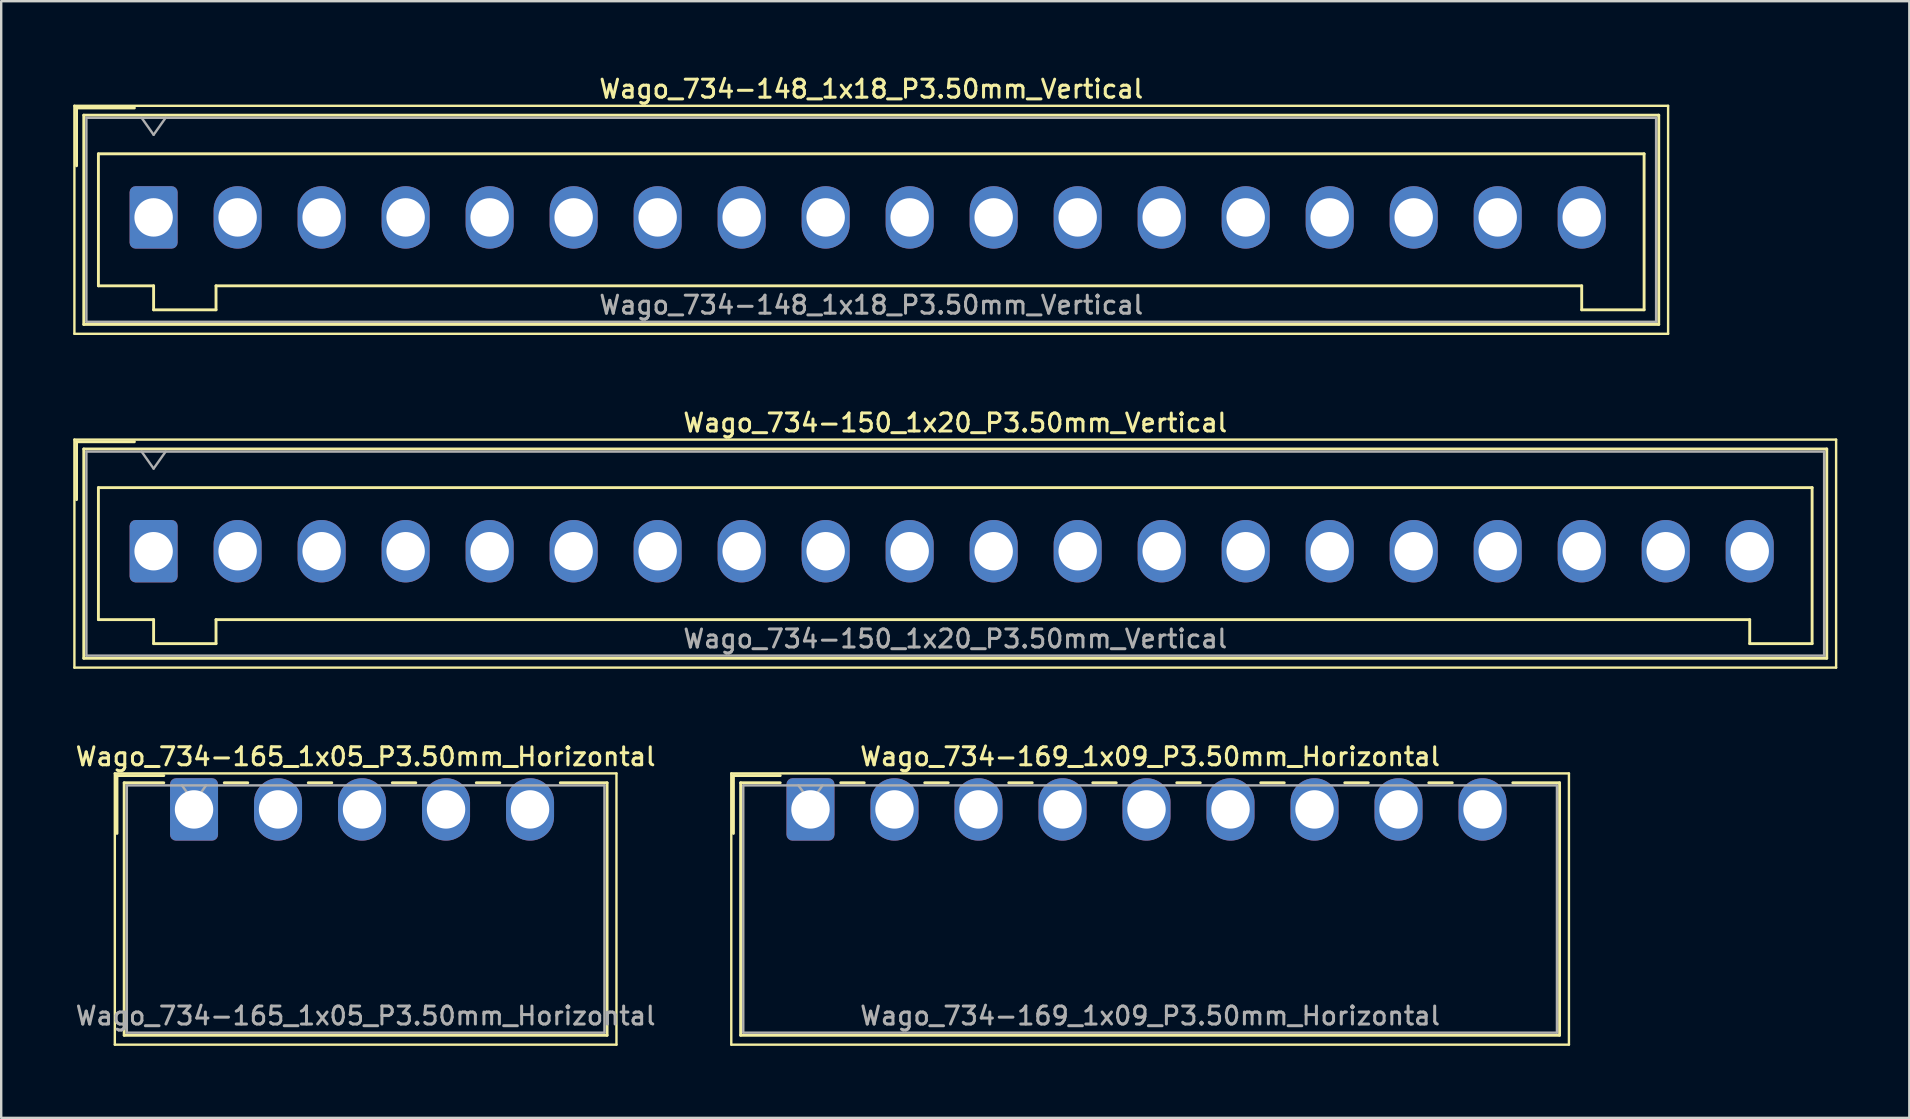
<source format=kicad_pcb>
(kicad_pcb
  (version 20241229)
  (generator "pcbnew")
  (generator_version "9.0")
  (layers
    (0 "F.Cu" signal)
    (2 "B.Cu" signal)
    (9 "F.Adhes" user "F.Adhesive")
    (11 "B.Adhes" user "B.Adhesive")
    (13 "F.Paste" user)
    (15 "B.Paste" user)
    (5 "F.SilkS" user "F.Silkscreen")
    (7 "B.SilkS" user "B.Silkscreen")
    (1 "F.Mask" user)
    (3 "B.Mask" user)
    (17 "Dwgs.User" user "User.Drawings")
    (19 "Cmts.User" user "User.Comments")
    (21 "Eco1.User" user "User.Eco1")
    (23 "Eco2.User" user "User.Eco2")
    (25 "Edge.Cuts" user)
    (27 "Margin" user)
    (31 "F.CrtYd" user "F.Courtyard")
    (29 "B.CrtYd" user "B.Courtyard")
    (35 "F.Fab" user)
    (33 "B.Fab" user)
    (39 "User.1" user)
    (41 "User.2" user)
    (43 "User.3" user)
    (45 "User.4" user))
  (footprint "Wago_734-165_1x05_P3.50mm_Horizontal"
    (layer "F.Cu")
    (at 5.034 30.674)
    (property "Reference" "Wago_734-165_1x05_P3.50mm_Horizontal" (at 7.15 -2.2 0) (layer "F.SilkS") (effects (font (size 0.75 0.75) (thickness 0.125))))
    (attr through_hole)
    (fp_line (start -3.3 -1.5) (end -3.3 9.8) (stroke (width 0.1) (type solid)) (layer "F.SilkS"))
    (fp_line (start -3.3 9.8) (end 17.6 9.8) (stroke (width 0.1) (type solid)) (layer "F.SilkS"))
    (fp_line (start -3.21 -1.41) (end -1.26 -1.41) (stroke (width 0.12) (type solid)) (layer "F.SilkS"))
    (fp_line (start -3.21 1) (end -3.21 -1.41) (stroke (width 0.12) (type solid)) (layer "F.SilkS"))
    (fp_line (start -2.91 -1.11) (end -2.91 9.41) (stroke (width 0.12) (type solid)) (layer "F.SilkS"))
    (fp_line (start -2.91 9.41) (end 17.21 9.41) (stroke (width 0.12) (type solid)) (layer "F.SilkS"))
    (fp_line (start -1.26 -1.11) (end -2.91 -1.11) (stroke (width 0.12) (type solid)) (layer "F.SilkS"))
    (fp_line (start 1.26 -1.11) (end 2.24 -1.11) (stroke (width 0.12) (type solid)) (layer "F.SilkS"))
    (fp_line (start 4.76 -1.11) (end 5.74 -1.11) (stroke (width 0.12) (type solid)) (layer "F.SilkS"))
    (fp_line (start 8.26 -1.11) (end 9.24 -1.11) (stroke (width 0.12) (type solid)) (layer "F.SilkS"))
    (fp_line (start 11.76 -1.11) (end 12.74 -1.11) (stroke (width 0.12) (type solid)) (layer "F.SilkS"))
    (fp_line (start 17.21 -1.11) (end 15.26 -1.11) (stroke (width 0.12) (type solid)) (layer "F.SilkS"))
    (fp_line (start 17.21 9.41) (end 17.21 -1.11) (stroke (width 0.12) (type solid)) (layer "F.SilkS"))
    (fp_line (start 17.6 -1.5) (end -3.3 -1.5) (stroke (width 0.1) (type solid)) (layer "F.SilkS"))
    (fp_line (start 17.6 9.8) (end 17.6 -1.5) (stroke (width 0.1) (type solid)) (layer "F.SilkS"))
    (fp_line (start -2.8 -1) (end -2.8 9.3) (stroke (width 0.1) (type solid)) (layer "F.Fab"))
    (fp_line (start -2.8 9.3) (end 17.1 9.3) (stroke (width 0.1) (type solid)) (layer "F.Fab"))
    (fp_line (start -0.5 -1) (end 0 -0.293) (stroke (width 0.1) (type solid)) (layer "F.Fab"))
    (fp_line (start 0 -0.293) (end 0.5 -1) (stroke (width 0.1) (type solid)) (layer "F.Fab"))
    (fp_line (start 17.1 -1) (end -2.8 -1) (stroke (width 0.1) (type solid)) (layer "F.Fab"))
    (fp_line (start 17.1 9.3) (end 17.1 -1) (stroke (width 0.1) (type solid)) (layer "F.Fab"))
    (fp_text user "${REFERENCE}" (at 7.15 8.6 0) (layer "F.Fab") (effects (font (size 0.75 0.75) (thickness 0.125))))
    (pad "1" thru_hole roundrect (at 0 0) (size 2 2.6) (drill 1.6) (layers "*.Cu" "*.Mask") (roundrect_rratio 0.125))
    (pad "2" thru_hole oval (at 3.5 0) (size 2 2.6) (drill 1.6) (layers "*.Cu" "*.Mask"))
    (pad "3" thru_hole oval (at 7 0) (size 2 2.6) (drill 1.6) (layers "*.Cu" "*.Mask"))
    (pad "4" thru_hole oval (at 10.5 0) (size 2 2.6) (drill 1.6) (layers "*.Cu" "*.Mask"))
    (pad "5" thru_hole oval (at 14 0) (size 2 2.6) (drill 1.6) (layers "*.Cu" "*.Mask")))
  (footprint "Wago_734-169_1x09_P3.50mm_Horizontal"
    (layer "F.Cu")
    (at 30.718 30.674)
    (property "Reference" "Wago_734-169_1x09_P3.50mm_Horizontal" (at 14.15 -2.2 0) (layer "F.SilkS") (effects (font (size 0.75 0.75) (thickness 0.125))))
    (attr through_hole)
    (fp_line (start -3.3 -1.5) (end -3.3 9.8) (stroke (width 0.1) (type solid)) (layer "F.SilkS"))
    (fp_line (start -3.3 9.8) (end 31.6 9.8) (stroke (width 0.1) (type solid)) (layer "F.SilkS"))
    (fp_line (start -3.21 -1.41) (end -1.26 -1.41) (stroke (width 0.12) (type solid)) (layer "F.SilkS"))
    (fp_line (start -3.21 1) (end -3.21 -1.41) (stroke (width 0.12) (type solid)) (layer "F.SilkS"))
    (fp_line (start -2.91 -1.11) (end -2.91 9.41) (stroke (width 0.12) (type solid)) (layer "F.SilkS"))
    (fp_line (start -2.91 9.41) (end 31.21 9.41) (stroke (width 0.12) (type solid)) (layer "F.SilkS"))
    (fp_line (start -1.26 -1.11) (end -2.91 -1.11) (stroke (width 0.12) (type solid)) (layer "F.SilkS"))
    (fp_line (start 1.26 -1.11) (end 2.24 -1.11) (stroke (width 0.12) (type solid)) (layer "F.SilkS"))
    (fp_line (start 4.76 -1.11) (end 5.74 -1.11) (stroke (width 0.12) (type solid)) (layer "F.SilkS"))
    (fp_line (start 8.26 -1.11) (end 9.24 -1.11) (stroke (width 0.12) (type solid)) (layer "F.SilkS"))
    (fp_line (start 11.76 -1.11) (end 12.74 -1.11) (stroke (width 0.12) (type solid)) (layer "F.SilkS"))
    (fp_line (start 15.26 -1.11) (end 16.24 -1.11) (stroke (width 0.12) (type solid)) (layer "F.SilkS"))
    (fp_line (start 18.76 -1.11) (end 19.74 -1.11) (stroke (width 0.12) (type solid)) (layer "F.SilkS"))
    (fp_line (start 22.26 -1.11) (end 23.24 -1.11) (stroke (width 0.12) (type solid)) (layer "F.SilkS"))
    (fp_line (start 25.76 -1.11) (end 26.74 -1.11) (stroke (width 0.12) (type solid)) (layer "F.SilkS"))
    (fp_line (start 31.21 -1.11) (end 29.26 -1.11) (stroke (width 0.12) (type solid)) (layer "F.SilkS"))
    (fp_line (start 31.21 9.41) (end 31.21 -1.11) (stroke (width 0.12) (type solid)) (layer "F.SilkS"))
    (fp_line (start 31.6 -1.5) (end -3.3 -1.5) (stroke (width 0.1) (type solid)) (layer "F.SilkS"))
    (fp_line (start 31.6 9.8) (end 31.6 -1.5) (stroke (width 0.1) (type solid)) (layer "F.SilkS"))
    (fp_line (start -2.8 -1) (end -2.8 9.3) (stroke (width 0.1) (type solid)) (layer "F.Fab"))
    (fp_line (start -2.8 9.3) (end 31.1 9.3) (stroke (width 0.1) (type solid)) (layer "F.Fab"))
    (fp_line (start -0.5 -1) (end 0 -0.293) (stroke (width 0.1) (type solid)) (layer "F.Fab"))
    (fp_line (start 0 -0.293) (end 0.5 -1) (stroke (width 0.1) (type solid)) (layer "F.Fab"))
    (fp_line (start 31.1 -1) (end -2.8 -1) (stroke (width 0.1) (type solid)) (layer "F.Fab"))
    (fp_line (start 31.1 9.3) (end 31.1 -1) (stroke (width 0.1) (type solid)) (layer "F.Fab"))
    (fp_text user "${REFERENCE}" (at 14.15 8.6 0) (layer "F.Fab") (effects (font (size 0.75 0.75) (thickness 0.125))))
    (pad "1" thru_hole roundrect (at 0 0) (size 2 2.6) (drill 1.6) (layers "*.Cu" "*.Mask") (roundrect_rratio 0.125))
    (pad "2" thru_hole oval (at 3.5 0) (size 2 2.6) (drill 1.6) (layers "*.Cu" "*.Mask"))
    (pad "3" thru_hole oval (at 7 0) (size 2 2.6) (drill 1.6) (layers "*.Cu" "*.Mask"))
    (pad "4" thru_hole oval (at 10.5 0) (size 2 2.6) (drill 1.6) (layers "*.Cu" "*.Mask"))
    (pad "5" thru_hole oval (at 14 0) (size 2 2.6) (drill 1.6) (layers "*.Cu" "*.Mask"))
    (pad "6" thru_hole oval (at 17.5 0) (size 2 2.6) (drill 1.6) (layers "*.Cu" "*.Mask"))
    (pad "7" thru_hole oval (at 21 0) (size 2 2.6) (drill 1.6) (layers "*.Cu" "*.Mask"))
    (pad "8" thru_hole oval (at 24.5 0) (size 2 2.6) (drill 1.6) (layers "*.Cu" "*.Mask"))
    (pad "9" thru_hole oval (at 28 0) (size 2 2.6) (drill 1.6) (layers "*.Cu" "*.Mask")))
  (footprint "Wago_734-148_1x18_P3.50mm_Vertical"
    (layer "F.Cu")
    (at 3.35 6.008)
    (property "Reference" "Wago_734-148_1x18_P3.50mm_Vertical" (at 29.9 -5.35 0) (layer "F.SilkS") (effects (font (size 0.75 0.75) (thickness 0.125))))
    (attr through_hole)
    (fp_line (start -3.3 -4.65) (end -3.3 4.85) (stroke (width 0.1) (type solid)) (layer "F.SilkS"))
    (fp_line (start -3.3 4.85) (end 63.1 4.85) (stroke (width 0.1) (type solid)) (layer "F.SilkS"))
    (fp_line (start -3.21 -4.56) (end -0.8 -4.56) (stroke (width 0.12) (type solid)) (layer "F.SilkS"))
    (fp_line (start -3.21 -2.15) (end -3.21 -4.56) (stroke (width 0.12) (type solid)) (layer "F.SilkS"))
    (fp_line (start -2.91 -4.26) (end -2.91 4.46) (stroke (width 0.12) (type solid)) (layer "F.SilkS"))
    (fp_line (start -2.91 4.46) (end 62.71 4.46) (stroke (width 0.12) (type solid)) (layer "F.SilkS"))
    (fp_line (start -2.3 -2.65) (end -2.3 2.85) (stroke (width 0.12) (type solid)) (layer "F.SilkS"))
    (fp_line (start -2.3 2.85) (end 0 2.85) (stroke (width 0.12) (type solid)) (layer "F.SilkS"))
    (fp_line (start 0 2.85) (end 0 3.85) (stroke (width 0.12) (type solid)) (layer "F.SilkS"))
    (fp_line (start 0 3.85) (end 2.6 3.85) (stroke (width 0.12) (type solid)) (layer "F.SilkS"))
    (fp_line (start 2.6 2.85) (end 59.5 2.85) (stroke (width 0.12) (type solid)) (layer "F.SilkS"))
    (fp_line (start 2.6 3.85) (end 2.6 2.85) (stroke (width 0.12) (type solid)) (layer "F.SilkS"))
    (fp_line (start 59.5 2.85) (end 59.5 3.85) (stroke (width 0.12) (type solid)) (layer "F.SilkS"))
    (fp_line (start 59.5 3.85) (end 62.1 3.85) (stroke (width 0.12) (type solid)) (layer "F.SilkS"))
    (fp_line (start 62.1 -2.65) (end -2.3 -2.65) (stroke (width 0.12) (type solid)) (layer "F.SilkS"))
    (fp_line (start 62.1 3.85) (end 62.1 -2.65) (stroke (width 0.12) (type solid)) (layer "F.SilkS"))
    (fp_line (start 62.71 -4.26) (end -2.91 -4.26) (stroke (width 0.12) (type solid)) (layer "F.SilkS"))
    (fp_line (start 62.71 4.46) (end 62.71 -4.26) (stroke (width 0.12) (type solid)) (layer "F.SilkS"))
    (fp_line (start 63.1 -4.65) (end -3.3 -4.65) (stroke (width 0.1) (type solid)) (layer "F.SilkS"))
    (fp_line (start 63.1 4.85) (end 63.1 -4.65) (stroke (width 0.1) (type solid)) (layer "F.SilkS"))
    (fp_line (start -2.8 -4.15) (end -2.8 4.35) (stroke (width 0.1) (type solid)) (layer "F.Fab"))
    (fp_line (start -2.8 4.35) (end 62.6 4.35) (stroke (width 0.1) (type solid)) (layer "F.Fab"))
    (fp_line (start -0.5 -4.15) (end 0 -3.443) (stroke (width 0.1) (type solid)) (layer "F.Fab"))
    (fp_line (start 0 -3.443) (end 0.5 -4.15) (stroke (width 0.1) (type solid)) (layer "F.Fab"))
    (fp_line (start 62.6 -4.15) (end -2.8 -4.15) (stroke (width 0.1) (type solid)) (layer "F.Fab"))
    (fp_line (start 62.6 4.35) (end 62.6 -4.15) (stroke (width 0.1) (type solid)) (layer "F.Fab"))
    (fp_text user "${REFERENCE}" (at 29.9 3.65 0) (layer "F.Fab") (effects (font (size 0.75 0.75) (thickness 0.125))))
    (pad "1" thru_hole roundrect (at 0 0) (size 2 2.6) (drill 1.6) (layers "*.Cu" "*.Mask") (roundrect_rratio 0.125))
    (pad "2" thru_hole oval (at 3.5 0) (size 2 2.6) (drill 1.6) (layers "*.Cu" "*.Mask"))
    (pad "3" thru_hole oval (at 7 0) (size 2 2.6) (drill 1.6) (layers "*.Cu" "*.Mask"))
    (pad "4" thru_hole oval (at 10.5 0) (size 2 2.6) (drill 1.6) (layers "*.Cu" "*.Mask"))
    (pad "5" thru_hole oval (at 14 0) (size 2 2.6) (drill 1.6) (layers "*.Cu" "*.Mask"))
    (pad "6" thru_hole oval (at 17.5 0) (size 2 2.6) (drill 1.6) (layers "*.Cu" "*.Mask"))
    (pad "7" thru_hole oval (at 21 0) (size 2 2.6) (drill 1.6) (layers "*.Cu" "*.Mask"))
    (pad "8" thru_hole oval (at 24.5 0) (size 2 2.6) (drill 1.6) (layers "*.Cu" "*.Mask"))
    (pad "9" thru_hole oval (at 28 0) (size 2 2.6) (drill 1.6) (layers "*.Cu" "*.Mask"))
    (pad "10" thru_hole oval (at 31.5 0) (size 2 2.6) (drill 1.6) (layers "*.Cu" "*.Mask"))
    (pad "11" thru_hole oval (at 35 0) (size 2 2.6) (drill 1.6) (layers "*.Cu" "*.Mask"))
    (pad "12" thru_hole oval (at 38.5 0) (size 2 2.6) (drill 1.6) (layers "*.Cu" "*.Mask"))
    (pad "13" thru_hole oval (at 42 0) (size 2 2.6) (drill 1.6) (layers "*.Cu" "*.Mask"))
    (pad "14" thru_hole oval (at 45.5 0) (size 2 2.6) (drill 1.6) (layers "*.Cu" "*.Mask"))
    (pad "15" thru_hole oval (at 49 0) (size 2 2.6) (drill 1.6) (layers "*.Cu" "*.Mask"))
    (pad "16" thru_hole oval (at 52.5 0) (size 2 2.6) (drill 1.6) (layers "*.Cu" "*.Mask"))
    (pad "17" thru_hole oval (at 56 0) (size 2 2.6) (drill 1.6) (layers "*.Cu" "*.Mask"))
    (pad "18" thru_hole oval (at 59.5 0) (size 2 2.6) (drill 1.6) (layers "*.Cu" "*.Mask")))
  (footprint "Wago_734-150_1x20_P3.50mm_Vertical"
    (layer "F.Cu")
    (at 3.35 19.916)
    (property "Reference" "Wago_734-150_1x20_P3.50mm_Vertical" (at 33.4 -5.35 0) (layer "F.SilkS") (effects (font (size 0.75 0.75) (thickness 0.125))))
    (attr through_hole)
    (fp_line (start -3.3 -4.65) (end -3.3 4.85) (stroke (width 0.1) (type solid)) (layer "F.SilkS"))
    (fp_line (start -3.3 4.85) (end 70.1 4.85) (stroke (width 0.1) (type solid)) (layer "F.SilkS"))
    (fp_line (start -3.21 -4.56) (end -0.8 -4.56) (stroke (width 0.12) (type solid)) (layer "F.SilkS"))
    (fp_line (start -3.21 -2.15) (end -3.21 -4.56) (stroke (width 0.12) (type solid)) (layer "F.SilkS"))
    (fp_line (start -2.91 -4.26) (end -2.91 4.46) (stroke (width 0.12) (type solid)) (layer "F.SilkS"))
    (fp_line (start -2.91 4.46) (end 69.71 4.46) (stroke (width 0.12) (type solid)) (layer "F.SilkS"))
    (fp_line (start -2.3 -2.65) (end -2.3 2.85) (stroke (width 0.12) (type solid)) (layer "F.SilkS"))
    (fp_line (start -2.3 2.85) (end 0 2.85) (stroke (width 0.12) (type solid)) (layer "F.SilkS"))
    (fp_line (start 0 2.85) (end 0 3.85) (stroke (width 0.12) (type solid)) (layer "F.SilkS"))
    (fp_line (start 0 3.85) (end 2.6 3.85) (stroke (width 0.12) (type solid)) (layer "F.SilkS"))
    (fp_line (start 2.6 2.85) (end 66.5 2.85) (stroke (width 0.12) (type solid)) (layer "F.SilkS"))
    (fp_line (start 2.6 3.85) (end 2.6 2.85) (stroke (width 0.12) (type solid)) (layer "F.SilkS"))
    (fp_line (start 66.5 2.85) (end 66.5 3.85) (stroke (width 0.12) (type solid)) (layer "F.SilkS"))
    (fp_line (start 66.5 3.85) (end 69.1 3.85) (stroke (width 0.12) (type solid)) (layer "F.SilkS"))
    (fp_line (start 69.1 -2.65) (end -2.3 -2.65) (stroke (width 0.12) (type solid)) (layer "F.SilkS"))
    (fp_line (start 69.1 3.85) (end 69.1 -2.65) (stroke (width 0.12) (type solid)) (layer "F.SilkS"))
    (fp_line (start 69.71 -4.26) (end -2.91 -4.26) (stroke (width 0.12) (type solid)) (layer "F.SilkS"))
    (fp_line (start 69.71 4.46) (end 69.71 -4.26) (stroke (width 0.12) (type solid)) (layer "F.SilkS"))
    (fp_line (start 70.1 -4.65) (end -3.3 -4.65) (stroke (width 0.1) (type solid)) (layer "F.SilkS"))
    (fp_line (start 70.1 4.85) (end 70.1 -4.65) (stroke (width 0.1) (type solid)) (layer "F.SilkS"))
    (fp_line (start -2.8 -4.15) (end -2.8 4.35) (stroke (width 0.1) (type solid)) (layer "F.Fab"))
    (fp_line (start -2.8 4.35) (end 69.6 4.35) (stroke (width 0.1) (type solid)) (layer "F.Fab"))
    (fp_line (start -0.5 -4.15) (end 0 -3.443) (stroke (width 0.1) (type solid)) (layer "F.Fab"))
    (fp_line (start 0 -3.443) (end 0.5 -4.15) (stroke (width 0.1) (type solid)) (layer "F.Fab"))
    (fp_line (start 69.6 -4.15) (end -2.8 -4.15) (stroke (width 0.1) (type solid)) (layer "F.Fab"))
    (fp_line (start 69.6 4.35) (end 69.6 -4.15) (stroke (width 0.1) (type solid)) (layer "F.Fab"))
    (fp_text user "${REFERENCE}" (at 33.4 3.65 0) (layer "F.Fab") (effects (font (size 0.75 0.75) (thickness 0.125))))
    (pad "1" thru_hole roundrect (at 0 0) (size 2 2.6) (drill 1.6) (layers "*.Cu" "*.Mask") (roundrect_rratio 0.125))
    (pad "2" thru_hole oval (at 3.5 0) (size 2 2.6) (drill 1.6) (layers "*.Cu" "*.Mask"))
    (pad "3" thru_hole oval (at 7 0) (size 2 2.6) (drill 1.6) (layers "*.Cu" "*.Mask"))
    (pad "4" thru_hole oval (at 10.5 0) (size 2 2.6) (drill 1.6) (layers "*.Cu" "*.Mask"))
    (pad "5" thru_hole oval (at 14 0) (size 2 2.6) (drill 1.6) (layers "*.Cu" "*.Mask"))
    (pad "6" thru_hole oval (at 17.5 0) (size 2 2.6) (drill 1.6) (layers "*.Cu" "*.Mask"))
    (pad "7" thru_hole oval (at 21 0) (size 2 2.6) (drill 1.6) (layers "*.Cu" "*.Mask"))
    (pad "8" thru_hole oval (at 24.5 0) (size 2 2.6) (drill 1.6) (layers "*.Cu" "*.Mask"))
    (pad "9" thru_hole oval (at 28 0) (size 2 2.6) (drill 1.6) (layers "*.Cu" "*.Mask"))
    (pad "10" thru_hole oval (at 31.5 0) (size 2 2.6) (drill 1.6) (layers "*.Cu" "*.Mask"))
    (pad "11" thru_hole oval (at 35 0) (size 2 2.6) (drill 1.6) (layers "*.Cu" "*.Mask"))
    (pad "12" thru_hole oval (at 38.5 0) (size 2 2.6) (drill 1.6) (layers "*.Cu" "*.Mask"))
    (pad "13" thru_hole oval (at 42 0) (size 2 2.6) (drill 1.6) (layers "*.Cu" "*.Mask"))
    (pad "14" thru_hole oval (at 45.5 0) (size 2 2.6) (drill 1.6) (layers "*.Cu" "*.Mask"))
    (pad "15" thru_hole oval (at 49 0) (size 2 2.6) (drill 1.6) (layers "*.Cu" "*.Mask"))
    (pad "16" thru_hole oval (at 52.5 0) (size 2 2.6) (drill 1.6) (layers "*.Cu" "*.Mask"))
    (pad "17" thru_hole oval (at 56 0) (size 2 2.6) (drill 1.6) (layers "*.Cu" "*.Mask"))
    (pad "18" thru_hole oval (at 59.5 0) (size 2 2.6) (drill 1.6) (layers "*.Cu" "*.Mask"))
    (pad "19" thru_hole oval (at 63 0) (size 2 2.6) (drill 1.6) (layers "*.Cu" "*.Mask"))
    (pad "20" thru_hole oval (at 66.5 0) (size 2 2.6) (drill 1.6) (layers "*.Cu" "*.Mask")))
  (gr_rect
    (start -3 -3)
    (end 76.5 43.524)
    (stroke (width 0.1) (type default))
    (fill no)
    (layer "Edge.Cuts")))
</source>
